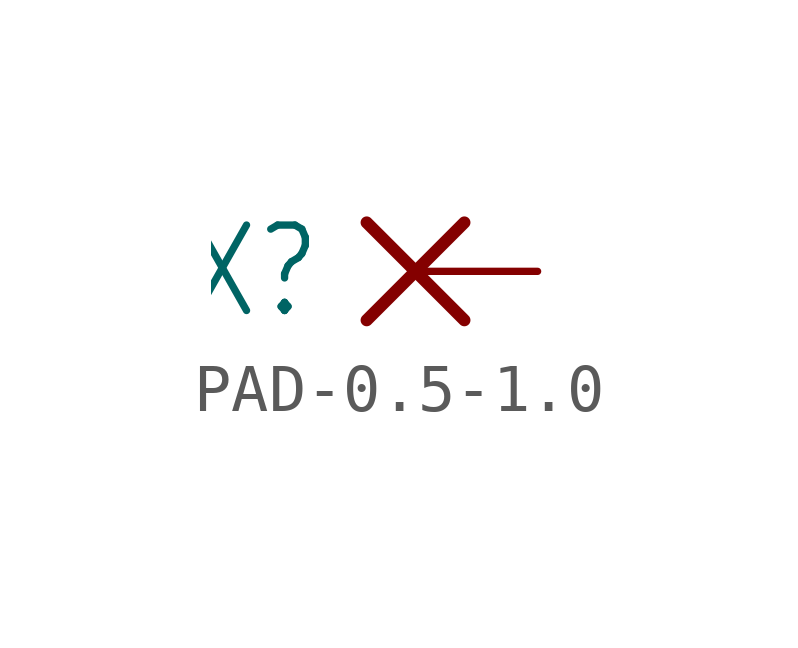
<source format=kicad_sym>
(kicad_symbol_lib
  (version 20231120)
  (generator "kicad_symbol_editor")
  (generator_version "8.0")
  (symbol "PAD-0.5-1.0"
    (property "Reference" "X"
      (at -1.905 0 0)
      (effects (font (size 1.778 1.511)) (justify right)))
    (property "ki_locked" ""
      (at 0 0 0)
      (effects (font (size 1.27 1.27))))
    (symbol "PAD-0.5-1.0_1_0"
      (polyline (pts (xy -1.016 -1.016) (xy 1.016 1.016)) (stroke (width 0.254) (type solid)) (fill (type none)))
      (polyline (pts (xy -1.016 1.016) (xy 1.016 -1.016)) (stroke (width 0.254) (type solid)) (fill (type none)))
      (pin passive line (at 2.54 0 180) (length 2.54) (name "P" (effects (font (size 0 0)))) (number "1" (effects (font (size 0 0))))))))
</source>
